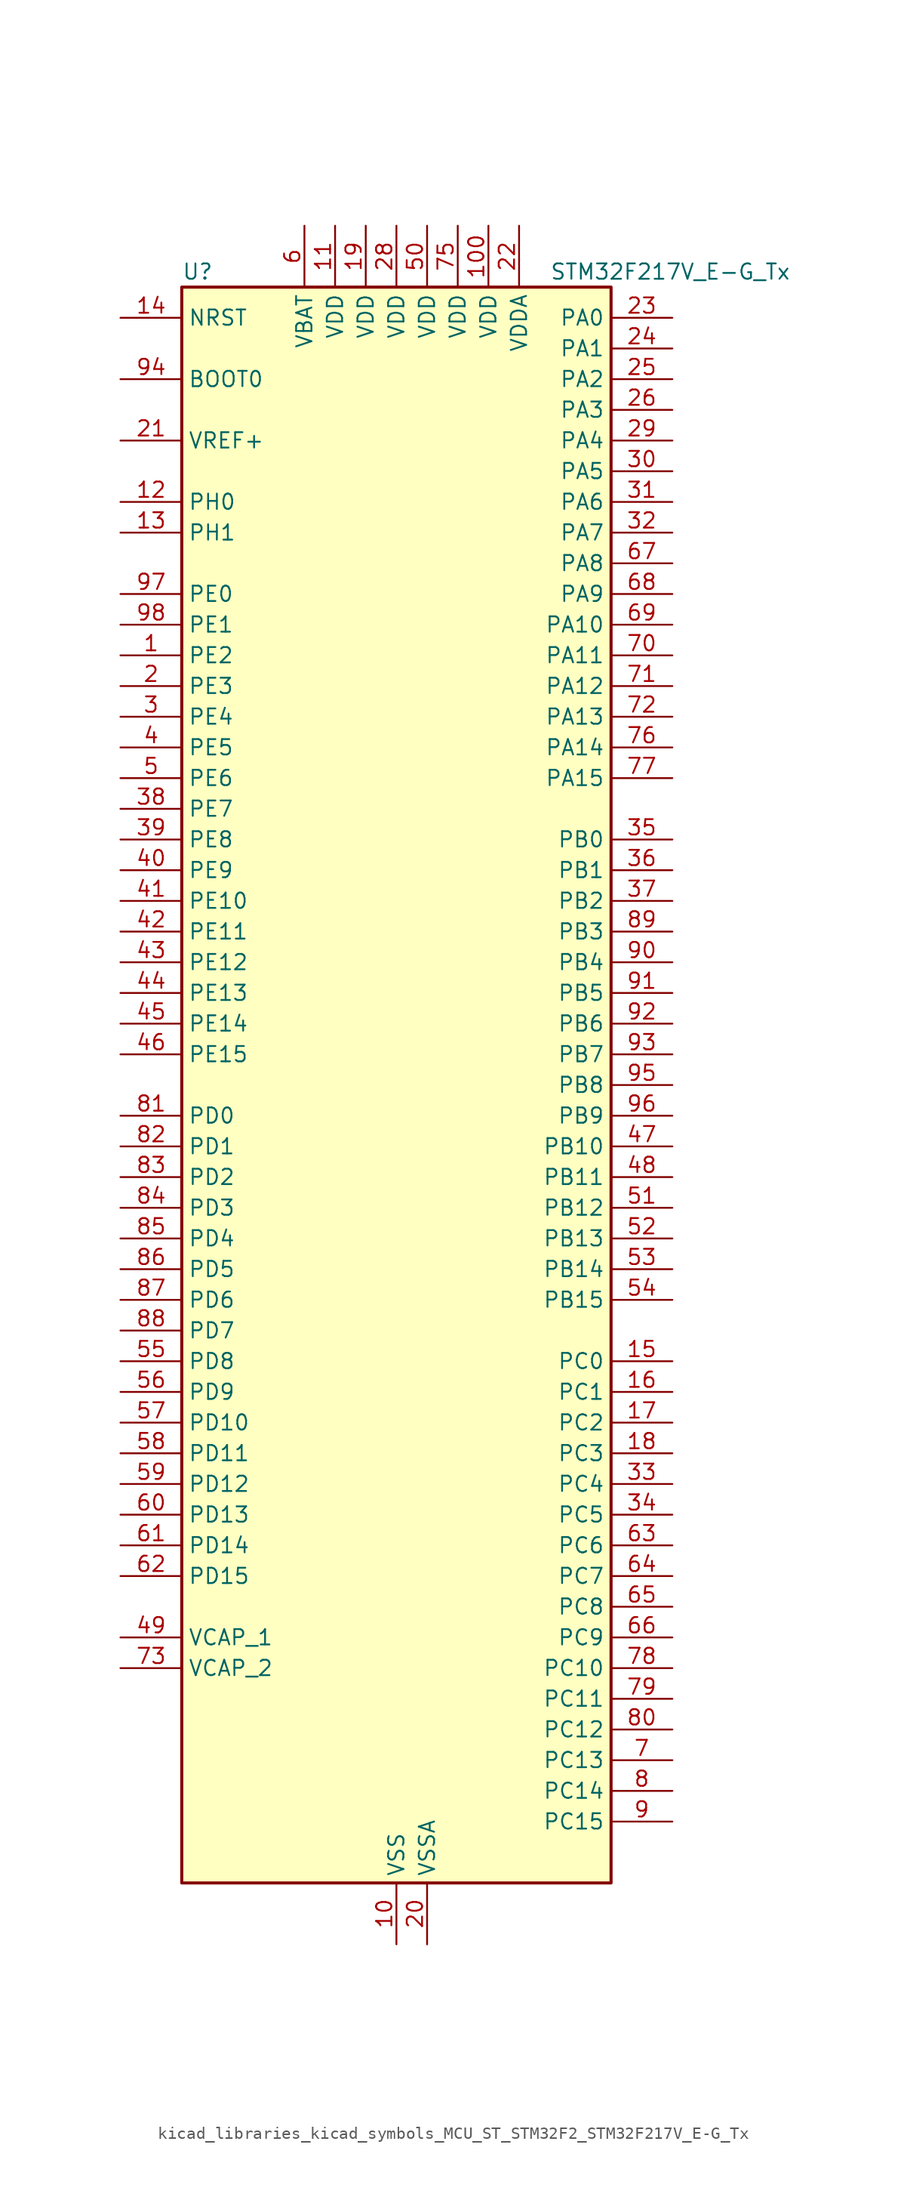
<source format=kicad_sym>
(kicad_symbol_lib
  (version 20220914)
  (generator kicad_symbol_editor)
  (symbol "kicad_libraries_kicad_symbols_MCU_ST_STM32F2_STM32F217V_E-G_Tx"
    (property "Reference" "U"
      (at -17.78 67.31 0)
      (effects (font (size 1.27 1.27)) (justify left)))
    (property "Value" "STM32F217V_E-G_Tx"
      (at 12.7 67.31 0)
      (effects (font (size 1.27 1.27)) (justify left)))
    (property "ki_locked" ""
      (at 0 0 0)
      (effects (font (size 1.27 1.27))))
    (symbol "kicad_libraries_kicad_symbols_MCU_ST_STM32F2_STM32F217V_E-G_Tx_0_1"
      (rectangle (start -17.78 -66.04) (end 17.78 66.04) (stroke (width 0.254) (type default)) (fill (type background))))
    (symbol "kicad_libraries_kicad_symbols_MCU_ST_STM32F2_STM32F217V_E-G_Tx_1_1"
      (pin bidirectional line (at -22.86 35.56 0) (length 5.08) (name "PE2" (effects (font (size 1.27 1.27)))) (number "1" (effects (font (size 1.27 1.27)))) (alternate "ETH_TXD3" bidirectional line) (alternate "FSMC_A23" bidirectional line) (alternate "SYS_TRACECLK" bidirectional line))
      (pin power_in line (at 0 -71.12 90) (length 5.08) (name "VSS" (effects (font (size 1.27 1.27)))) (number "10" (effects (font (size 1.27 1.27)))))
      (pin power_in line (at 7.62 71.12 270) (length 5.08) (name "VDD" (effects (font (size 1.27 1.27)))) (number "100" (effects (font (size 1.27 1.27)))))
      (pin power_in line (at -5.08 71.12 270) (length 5.08) (name "VDD" (effects (font (size 1.27 1.27)))) (number "11" (effects (font (size 1.27 1.27)))))
      (pin bidirectional line (at -22.86 48.26 0) (length 5.08) (name "PH0" (effects (font (size 1.27 1.27)))) (number "12" (effects (font (size 1.27 1.27)))) (alternate "RCC_OSC_IN" bidirectional line))
      (pin bidirectional line (at -22.86 45.72 0) (length 5.08) (name "PH1" (effects (font (size 1.27 1.27)))) (number "13" (effects (font (size 1.27 1.27)))) (alternate "RCC_OSC_OUT" bidirectional line))
      (pin input line (at -22.86 63.5 0) (length 5.08) (name "NRST" (effects (font (size 1.27 1.27)))) (number "14" (effects (font (size 1.27 1.27)))))
      (pin bidirectional line (at 22.86 -22.86 180) (length 5.08) (name "PC0" (effects (font (size 1.27 1.27)))) (number "15" (effects (font (size 1.27 1.27)))) (alternate "ADC1_IN10" bidirectional line) (alternate "ADC2_IN10" bidirectional line) (alternate "ADC3_IN10" bidirectional line) (alternate "USB_OTG_HS_ULPI_STP" bidirectional line))
      (pin bidirectional line (at 22.86 -25.4 180) (length 5.08) (name "PC1" (effects (font (size 1.27 1.27)))) (number "16" (effects (font (size 1.27 1.27)))) (alternate "ADC1_IN11" bidirectional line) (alternate "ADC2_IN11" bidirectional line) (alternate "ADC3_IN11" bidirectional line) (alternate "ETH_MDC" bidirectional line))
      (pin bidirectional line (at 22.86 -27.94 180) (length 5.08) (name "PC2" (effects (font (size 1.27 1.27)))) (number "17" (effects (font (size 1.27 1.27)))) (alternate "ADC1_IN12" bidirectional line) (alternate "ADC2_IN12" bidirectional line) (alternate "ADC3_IN12" bidirectional line) (alternate "ETH_TXD2" bidirectional line) (alternate "SPI2_MISO" bidirectional line) (alternate "USB_OTG_HS_ULPI_DIR" bidirectional line))
      (pin bidirectional line (at 22.86 -30.48 180) (length 5.08) (name "PC3" (effects (font (size 1.27 1.27)))) (number "18" (effects (font (size 1.27 1.27)))) (alternate "ADC1_IN13" bidirectional line) (alternate "ADC2_IN13" bidirectional line) (alternate "ADC3_IN13" bidirectional line) (alternate "ETH_TX_CLK" bidirectional line) (alternate "I2S2_SD" bidirectional line) (alternate "SPI2_MOSI" bidirectional line) (alternate "USB_OTG_HS_ULPI_NXT" bidirectional line))
      (pin power_in line (at -2.54 71.12 270) (length 5.08) (name "VDD" (effects (font (size 1.27 1.27)))) (number "19" (effects (font (size 1.27 1.27)))))
      (pin bidirectional line (at -22.86 33.02 0) (length 5.08) (name "PE3" (effects (font (size 1.27 1.27)))) (number "2" (effects (font (size 1.27 1.27)))) (alternate "FSMC_A19" bidirectional line) (alternate "SYS_TRACED0" bidirectional line))
      (pin power_in line (at 2.54 -71.12 90) (length 5.08) (name "VSSA" (effects (font (size 1.27 1.27)))) (number "20" (effects (font (size 1.27 1.27)))))
      (pin input line (at -22.86 53.34 0) (length 5.08) (name "VREF+" (effects (font (size 1.27 1.27)))) (number "21" (effects (font (size 1.27 1.27)))))
      (pin power_in line (at 10.16 71.12 270) (length 5.08) (name "VDDA" (effects (font (size 1.27 1.27)))) (number "22" (effects (font (size 1.27 1.27)))))
      (pin bidirectional line (at 22.86 63.5 180) (length 5.08) (name "PA0" (effects (font (size 1.27 1.27)))) (number "23" (effects (font (size 1.27 1.27)))) (alternate "ADC1_IN0" bidirectional line) (alternate "ADC2_IN0" bidirectional line) (alternate "ADC3_IN0" bidirectional line) (alternate "ETH_CRS" bidirectional line) (alternate "SYS_WKUP" bidirectional line) (alternate "TIM2_CH1" bidirectional line) (alternate "TIM2_ETR" bidirectional line) (alternate "TIM5_CH1" bidirectional line) (alternate "TIM8_ETR" bidirectional line) (alternate "UART4_TX" bidirectional line) (alternate "USART2_CTS" bidirectional line))
      (pin bidirectional line (at 22.86 60.96 180) (length 5.08) (name "PA1" (effects (font (size 1.27 1.27)))) (number "24" (effects (font (size 1.27 1.27)))) (alternate "ADC1_IN1" bidirectional line) (alternate "ADC2_IN1" bidirectional line) (alternate "ADC3_IN1" bidirectional line) (alternate "ETH_REF_CLK" bidirectional line) (alternate "ETH_RX_CLK" bidirectional line) (alternate "TIM2_CH2" bidirectional line) (alternate "TIM5_CH2" bidirectional line) (alternate "UART4_RX" bidirectional line) (alternate "USART2_RTS" bidirectional line))
      (pin bidirectional line (at 22.86 58.42 180) (length 5.08) (name "PA2" (effects (font (size 1.27 1.27)))) (number "25" (effects (font (size 1.27 1.27)))) (alternate "ADC1_IN2" bidirectional line) (alternate "ADC2_IN2" bidirectional line) (alternate "ADC3_IN2" bidirectional line) (alternate "ETH_MDIO" bidirectional line) (alternate "TIM2_CH3" bidirectional line) (alternate "TIM5_CH3" bidirectional line) (alternate "TIM9_CH1" bidirectional line) (alternate "USART2_TX" bidirectional line))
      (pin bidirectional line (at 22.86 55.88 180) (length 5.08) (name "PA3" (effects (font (size 1.27 1.27)))) (number "26" (effects (font (size 1.27 1.27)))) (alternate "ADC1_IN3" bidirectional line) (alternate "ADC2_IN3" bidirectional line) (alternate "ADC3_IN3" bidirectional line) (alternate "ETH_COL" bidirectional line) (alternate "TIM2_CH4" bidirectional line) (alternate "TIM5_CH4" bidirectional line) (alternate "TIM9_CH2" bidirectional line) (alternate "USART2_RX" bidirectional line) (alternate "USB_OTG_HS_ULPI_D0" bidirectional line))
      (pin passive line (at 0 -71.12 90) (length 5.08) hide (name "VSS" (effects (font (size 1.27 1.27)))) (number "27" (effects (font (size 1.27 1.27)))))
      (pin power_in line (at 0 71.12 270) (length 5.08) (name "VDD" (effects (font (size 1.27 1.27)))) (number "28" (effects (font (size 1.27 1.27)))))
      (pin bidirectional line (at 22.86 53.34 180) (length 5.08) (name "PA4" (effects (font (size 1.27 1.27)))) (number "29" (effects (font (size 1.27 1.27)))) (alternate "ADC1_IN4" bidirectional line) (alternate "ADC2_IN4" bidirectional line) (alternate "DAC_OUT1" bidirectional line) (alternate "DCMI_HSYNC" bidirectional line) (alternate "I2S3_WS" bidirectional line) (alternate "SPI1_NSS" bidirectional line) (alternate "SPI3_NSS" bidirectional line) (alternate "USART2_CK" bidirectional line) (alternate "USB_OTG_HS_SOF" bidirectional line))
      (pin bidirectional line (at -22.86 30.48 0) (length 5.08) (name "PE4" (effects (font (size 1.27 1.27)))) (number "3" (effects (font (size 1.27 1.27)))) (alternate "DCMI_D4" bidirectional line) (alternate "FSMC_A20" bidirectional line) (alternate "SYS_TRACED1" bidirectional line))
      (pin bidirectional line (at 22.86 50.8 180) (length 5.08) (name "PA5" (effects (font (size 1.27 1.27)))) (number "30" (effects (font (size 1.27 1.27)))) (alternate "ADC1_IN5" bidirectional line) (alternate "ADC2_IN5" bidirectional line) (alternate "DAC_OUT2" bidirectional line) (alternate "SPI1_SCK" bidirectional line) (alternate "TIM2_CH1" bidirectional line) (alternate "TIM2_ETR" bidirectional line) (alternate "TIM8_CH1N" bidirectional line) (alternate "USB_OTG_HS_ULPI_CK" bidirectional line))
      (pin bidirectional line (at 22.86 48.26 180) (length 5.08) (name "PA6" (effects (font (size 1.27 1.27)))) (number "31" (effects (font (size 1.27 1.27)))) (alternate "ADC1_IN6" bidirectional line) (alternate "ADC2_IN6" bidirectional line) (alternate "DCMI_PIXCLK" bidirectional line) (alternate "SPI1_MISO" bidirectional line) (alternate "TIM13_CH1" bidirectional line) (alternate "TIM1_BKIN" bidirectional line) (alternate "TIM3_CH1" bidirectional line) (alternate "TIM8_BKIN" bidirectional line))
      (pin bidirectional line (at 22.86 45.72 180) (length 5.08) (name "PA7" (effects (font (size 1.27 1.27)))) (number "32" (effects (font (size 1.27 1.27)))) (alternate "ADC1_IN7" bidirectional line) (alternate "ADC2_IN7" bidirectional line) (alternate "ETH_CRS_DV" bidirectional line) (alternate "ETH_RX_DV" bidirectional line) (alternate "SPI1_MOSI" bidirectional line) (alternate "TIM14_CH1" bidirectional line) (alternate "TIM1_CH1N" bidirectional line) (alternate "TIM3_CH2" bidirectional line) (alternate "TIM8_CH1N" bidirectional line))
      (pin bidirectional line (at 22.86 -33.02 180) (length 5.08) (name "PC4" (effects (font (size 1.27 1.27)))) (number "33" (effects (font (size 1.27 1.27)))) (alternate "ADC1_IN14" bidirectional line) (alternate "ADC2_IN14" bidirectional line) (alternate "ETH_RXD0" bidirectional line))
      (pin bidirectional line (at 22.86 -35.56 180) (length 5.08) (name "PC5" (effects (font (size 1.27 1.27)))) (number "34" (effects (font (size 1.27 1.27)))) (alternate "ADC1_IN15" bidirectional line) (alternate "ADC2_IN15" bidirectional line) (alternate "ETH_RXD1" bidirectional line))
      (pin bidirectional line (at 22.86 20.32 180) (length 5.08) (name "PB0" (effects (font (size 1.27 1.27)))) (number "35" (effects (font (size 1.27 1.27)))) (alternate "ADC1_IN8" bidirectional line) (alternate "ADC2_IN8" bidirectional line) (alternate "ETH_RXD2" bidirectional line) (alternate "TIM1_CH2N" bidirectional line) (alternate "TIM3_CH3" bidirectional line) (alternate "TIM8_CH2N" bidirectional line) (alternate "USB_OTG_HS_ULPI_D1" bidirectional line))
      (pin bidirectional line (at 22.86 17.78 180) (length 5.08) (name "PB1" (effects (font (size 1.27 1.27)))) (number "36" (effects (font (size 1.27 1.27)))) (alternate "ADC1_IN9" bidirectional line) (alternate "ADC2_IN9" bidirectional line) (alternate "ETH_RXD3" bidirectional line) (alternate "TIM1_CH3N" bidirectional line) (alternate "TIM3_CH4" bidirectional line) (alternate "TIM8_CH3N" bidirectional line) (alternate "USB_OTG_HS_ULPI_D2" bidirectional line))
      (pin bidirectional line (at 22.86 15.24 180) (length 5.08) (name "PB2" (effects (font (size 1.27 1.27)))) (number "37" (effects (font (size 1.27 1.27)))))
      (pin bidirectional line (at -22.86 22.86 0) (length 5.08) (name "PE7" (effects (font (size 1.27 1.27)))) (number "38" (effects (font (size 1.27 1.27)))) (alternate "FSMC_D4" bidirectional line) (alternate "FSMC_DA4" bidirectional line) (alternate "TIM1_ETR" bidirectional line))
      (pin bidirectional line (at -22.86 20.32 0) (length 5.08) (name "PE8" (effects (font (size 1.27 1.27)))) (number "39" (effects (font (size 1.27 1.27)))) (alternate "FSMC_D5" bidirectional line) (alternate "FSMC_DA5" bidirectional line) (alternate "TIM1_CH1N" bidirectional line))
      (pin bidirectional line (at -22.86 27.94 0) (length 5.08) (name "PE5" (effects (font (size 1.27 1.27)))) (number "4" (effects (font (size 1.27 1.27)))) (alternate "DCMI_D6" bidirectional line) (alternate "FSMC_A21" bidirectional line) (alternate "SYS_TRACED2" bidirectional line) (alternate "TIM9_CH1" bidirectional line))
      (pin bidirectional line (at -22.86 17.78 0) (length 5.08) (name "PE9" (effects (font (size 1.27 1.27)))) (number "40" (effects (font (size 1.27 1.27)))) (alternate "DAC_EXTI9" bidirectional line) (alternate "FSMC_D6" bidirectional line) (alternate "FSMC_DA6" bidirectional line) (alternate "TIM1_CH1" bidirectional line))
      (pin bidirectional line (at -22.86 15.24 0) (length 5.08) (name "PE10" (effects (font (size 1.27 1.27)))) (number "41" (effects (font (size 1.27 1.27)))) (alternate "FSMC_D7" bidirectional line) (alternate "FSMC_DA7" bidirectional line) (alternate "TIM1_CH2N" bidirectional line))
      (pin bidirectional line (at -22.86 12.7 0) (length 5.08) (name "PE11" (effects (font (size 1.27 1.27)))) (number "42" (effects (font (size 1.27 1.27)))) (alternate "ADC1_EXTI11" bidirectional line) (alternate "ADC2_EXTI11" bidirectional line) (alternate "ADC3_EXTI11" bidirectional line) (alternate "FSMC_D8" bidirectional line) (alternate "FSMC_DA8" bidirectional line) (alternate "TIM1_CH2" bidirectional line))
      (pin bidirectional line (at -22.86 10.16 0) (length 5.08) (name "PE12" (effects (font (size 1.27 1.27)))) (number "43" (effects (font (size 1.27 1.27)))) (alternate "FSMC_D9" bidirectional line) (alternate "FSMC_DA9" bidirectional line) (alternate "TIM1_CH3N" bidirectional line))
      (pin bidirectional line (at -22.86 7.62 0) (length 5.08) (name "PE13" (effects (font (size 1.27 1.27)))) (number "44" (effects (font (size 1.27 1.27)))) (alternate "FSMC_D10" bidirectional line) (alternate "FSMC_DA10" bidirectional line) (alternate "TIM1_CH3" bidirectional line))
      (pin bidirectional line (at -22.86 5.08 0) (length 5.08) (name "PE14" (effects (font (size 1.27 1.27)))) (number "45" (effects (font (size 1.27 1.27)))) (alternate "FSMC_D11" bidirectional line) (alternate "FSMC_DA11" bidirectional line) (alternate "TIM1_CH4" bidirectional line))
      (pin bidirectional line (at -22.86 2.54 0) (length 5.08) (name "PE15" (effects (font (size 1.27 1.27)))) (number "46" (effects (font (size 1.27 1.27)))) (alternate "ADC1_EXTI15" bidirectional line) (alternate "ADC2_EXTI15" bidirectional line) (alternate "ADC3_EXTI15" bidirectional line) (alternate "FSMC_D12" bidirectional line) (alternate "FSMC_DA12" bidirectional line) (alternate "TIM1_BKIN" bidirectional line))
      (pin bidirectional line (at 22.86 -5.08 180) (length 5.08) (name "PB10" (effects (font (size 1.27 1.27)))) (number "47" (effects (font (size 1.27 1.27)))) (alternate "ETH_RX_ER" bidirectional line) (alternate "I2C2_SCL" bidirectional line) (alternate "I2S2_SCK" bidirectional line) (alternate "SPI2_SCK" bidirectional line) (alternate "TIM2_CH3" bidirectional line) (alternate "USART3_TX" bidirectional line) (alternate "USB_OTG_HS_ULPI_D3" bidirectional line))
      (pin bidirectional line (at 22.86 -7.62 180) (length 5.08) (name "PB11" (effects (font (size 1.27 1.27)))) (number "48" (effects (font (size 1.27 1.27)))) (alternate "ADC1_EXTI11" bidirectional line) (alternate "ADC2_EXTI11" bidirectional line) (alternate "ADC3_EXTI11" bidirectional line) (alternate "ETH_TX_EN" bidirectional line) (alternate "I2C2_SDA" bidirectional line) (alternate "TIM2_CH4" bidirectional line) (alternate "USART3_RX" bidirectional line) (alternate "USB_OTG_HS_ULPI_D4" bidirectional line))
      (pin power_out line (at -22.86 -45.72 0) (length 5.08) (name "VCAP_1" (effects (font (size 1.27 1.27)))) (number "49" (effects (font (size 1.27 1.27)))))
      (pin bidirectional line (at -22.86 25.4 0) (length 5.08) (name "PE6" (effects (font (size 1.27 1.27)))) (number "5" (effects (font (size 1.27 1.27)))) (alternate "DCMI_D7" bidirectional line) (alternate "FSMC_A22" bidirectional line) (alternate "SYS_TRACED3" bidirectional line) (alternate "TIM9_CH2" bidirectional line))
      (pin power_in line (at 2.54 71.12 270) (length 5.08) (name "VDD" (effects (font (size 1.27 1.27)))) (number "50" (effects (font (size 1.27 1.27)))))
      (pin bidirectional line (at 22.86 -10.16 180) (length 5.08) (name "PB12" (effects (font (size 1.27 1.27)))) (number "51" (effects (font (size 1.27 1.27)))) (alternate "CAN2_RX" bidirectional line) (alternate "ETH_TXD0" bidirectional line) (alternate "I2C2_SMBA" bidirectional line) (alternate "I2S2_WS" bidirectional line) (alternate "SPI2_NSS" bidirectional line) (alternate "TIM1_BKIN" bidirectional line) (alternate "USART3_CK" bidirectional line) (alternate "USB_OTG_HS_ID" bidirectional line) (alternate "USB_OTG_HS_ULPI_D5" bidirectional line))
      (pin bidirectional line (at 22.86 -12.7 180) (length 5.08) (name "PB13" (effects (font (size 1.27 1.27)))) (number "52" (effects (font (size 1.27 1.27)))) (alternate "CAN2_TX" bidirectional line) (alternate "ETH_TXD1" bidirectional line) (alternate "I2S2_SCK" bidirectional line) (alternate "SPI2_SCK" bidirectional line) (alternate "TIM1_CH1N" bidirectional line) (alternate "USART3_CTS" bidirectional line) (alternate "USB_OTG_HS_ULPI_D6" bidirectional line) (alternate "USB_OTG_HS_VBUS" bidirectional line))
      (pin bidirectional line (at 22.86 -15.24 180) (length 5.08) (name "PB14" (effects (font (size 1.27 1.27)))) (number "53" (effects (font (size 1.27 1.27)))) (alternate "SPI2_MISO" bidirectional line) (alternate "TIM12_CH1" bidirectional line) (alternate "TIM1_CH2N" bidirectional line) (alternate "TIM8_CH2N" bidirectional line) (alternate "USART3_RTS" bidirectional line) (alternate "USB_OTG_HS_DM" bidirectional line))
      (pin bidirectional line (at 22.86 -17.78 180) (length 5.08) (name "PB15" (effects (font (size 1.27 1.27)))) (number "54" (effects (font (size 1.27 1.27)))) (alternate "ADC1_EXTI15" bidirectional line) (alternate "ADC2_EXTI15" bidirectional line) (alternate "ADC3_EXTI15" bidirectional line) (alternate "I2S2_SD" bidirectional line) (alternate "RTC_REFIN" bidirectional line) (alternate "SPI2_MOSI" bidirectional line) (alternate "TIM12_CH2" bidirectional line) (alternate "TIM1_CH3N" bidirectional line) (alternate "TIM8_CH3N" bidirectional line) (alternate "USB_OTG_HS_DP" bidirectional line))
      (pin bidirectional line (at -22.86 -22.86 0) (length 5.08) (name "PD8" (effects (font (size 1.27 1.27)))) (number "55" (effects (font (size 1.27 1.27)))) (alternate "FSMC_D13" bidirectional line) (alternate "FSMC_DA13" bidirectional line) (alternate "USART3_TX" bidirectional line))
      (pin bidirectional line (at -22.86 -25.4 0) (length 5.08) (name "PD9" (effects (font (size 1.27 1.27)))) (number "56" (effects (font (size 1.27 1.27)))) (alternate "DAC_EXTI9" bidirectional line) (alternate "FSMC_D14" bidirectional line) (alternate "FSMC_DA14" bidirectional line) (alternate "USART3_RX" bidirectional line))
      (pin bidirectional line (at -22.86 -27.94 0) (length 5.08) (name "PD10" (effects (font (size 1.27 1.27)))) (number "57" (effects (font (size 1.27 1.27)))) (alternate "FSMC_D15" bidirectional line) (alternate "FSMC_DA15" bidirectional line) (alternate "USART3_CK" bidirectional line))
      (pin bidirectional line (at -22.86 -30.48 0) (length 5.08) (name "PD11" (effects (font (size 1.27 1.27)))) (number "58" (effects (font (size 1.27 1.27)))) (alternate "ADC1_EXTI11" bidirectional line) (alternate "ADC2_EXTI11" bidirectional line) (alternate "ADC3_EXTI11" bidirectional line) (alternate "FSMC_A16" bidirectional line) (alternate "FSMC_CLE" bidirectional line) (alternate "USART3_CTS" bidirectional line))
      (pin bidirectional line (at -22.86 -33.02 0) (length 5.08) (name "PD12" (effects (font (size 1.27 1.27)))) (number "59" (effects (font (size 1.27 1.27)))) (alternate "FSMC_A17" bidirectional line) (alternate "FSMC_ALE" bidirectional line) (alternate "TIM4_CH1" bidirectional line) (alternate "USART3_RTS" bidirectional line))
      (pin power_in line (at -7.62 71.12 270) (length 5.08) (name "VBAT" (effects (font (size 1.27 1.27)))) (number "6" (effects (font (size 1.27 1.27)))))
      (pin bidirectional line (at -22.86 -35.56 0) (length 5.08) (name "PD13" (effects (font (size 1.27 1.27)))) (number "60" (effects (font (size 1.27 1.27)))) (alternate "FSMC_A18" bidirectional line) (alternate "TIM4_CH2" bidirectional line))
      (pin bidirectional line (at -22.86 -38.1 0) (length 5.08) (name "PD14" (effects (font (size 1.27 1.27)))) (number "61" (effects (font (size 1.27 1.27)))) (alternate "FSMC_D0" bidirectional line) (alternate "FSMC_DA0" bidirectional line) (alternate "TIM4_CH3" bidirectional line))
      (pin bidirectional line (at -22.86 -40.64 0) (length 5.08) (name "PD15" (effects (font (size 1.27 1.27)))) (number "62" (effects (font (size 1.27 1.27)))) (alternate "ADC1_EXTI15" bidirectional line) (alternate "ADC2_EXTI15" bidirectional line) (alternate "ADC3_EXTI15" bidirectional line) (alternate "FSMC_D1" bidirectional line) (alternate "FSMC_DA1" bidirectional line) (alternate "TIM4_CH4" bidirectional line))
      (pin bidirectional line (at 22.86 -38.1 180) (length 5.08) (name "PC6" (effects (font (size 1.27 1.27)))) (number "63" (effects (font (size 1.27 1.27)))) (alternate "DCMI_D0" bidirectional line) (alternate "I2S2_MCK" bidirectional line) (alternate "SDIO_D6" bidirectional line) (alternate "TIM3_CH1" bidirectional line) (alternate "TIM8_CH1" bidirectional line) (alternate "USART6_TX" bidirectional line))
      (pin bidirectional line (at 22.86 -40.64 180) (length 5.08) (name "PC7" (effects (font (size 1.27 1.27)))) (number "64" (effects (font (size 1.27 1.27)))) (alternate "DCMI_D1" bidirectional line) (alternate "I2S3_MCK" bidirectional line) (alternate "SDIO_D7" bidirectional line) (alternate "TIM3_CH2" bidirectional line) (alternate "TIM8_CH2" bidirectional line) (alternate "USART6_RX" bidirectional line))
      (pin bidirectional line (at 22.86 -43.18 180) (length 5.08) (name "PC8" (effects (font (size 1.27 1.27)))) (number "65" (effects (font (size 1.27 1.27)))) (alternate "DCMI_D2" bidirectional line) (alternate "SDIO_D0" bidirectional line) (alternate "TIM3_CH3" bidirectional line) (alternate "TIM8_CH3" bidirectional line) (alternate "USART6_CK" bidirectional line))
      (pin bidirectional line (at 22.86 -45.72 180) (length 5.08) (name "PC9" (effects (font (size 1.27 1.27)))) (number "66" (effects (font (size 1.27 1.27)))) (alternate "DAC_EXTI9" bidirectional line) (alternate "DCMI_D3" bidirectional line) (alternate "I2C3_SDA" bidirectional line) (alternate "I2S_CKIN" bidirectional line) (alternate "RCC_MCO_2" bidirectional line) (alternate "SDIO_D1" bidirectional line) (alternate "TIM3_CH4" bidirectional line) (alternate "TIM8_CH4" bidirectional line))
      (pin bidirectional line (at 22.86 43.18 180) (length 5.08) (name "PA8" (effects (font (size 1.27 1.27)))) (number "67" (effects (font (size 1.27 1.27)))) (alternate "I2C3_SCL" bidirectional line) (alternate "RCC_MCO_1" bidirectional line) (alternate "TIM1_CH1" bidirectional line) (alternate "USART1_CK" bidirectional line) (alternate "USB_OTG_FS_SOF" bidirectional line))
      (pin bidirectional line (at 22.86 40.64 180) (length 5.08) (name "PA9" (effects (font (size 1.27 1.27)))) (number "68" (effects (font (size 1.27 1.27)))) (alternate "DAC_EXTI9" bidirectional line) (alternate "DCMI_D0" bidirectional line) (alternate "I2C3_SMBA" bidirectional line) (alternate "TIM1_CH2" bidirectional line) (alternate "USART1_TX" bidirectional line) (alternate "USB_OTG_FS_VBUS" bidirectional line))
      (pin bidirectional line (at 22.86 38.1 180) (length 5.08) (name "PA10" (effects (font (size 1.27 1.27)))) (number "69" (effects (font (size 1.27 1.27)))) (alternate "DCMI_D1" bidirectional line) (alternate "TIM1_CH3" bidirectional line) (alternate "USART1_RX" bidirectional line) (alternate "USB_OTG_FS_ID" bidirectional line))
      (pin bidirectional line (at 22.86 -55.88 180) (length 5.08) (name "PC13" (effects (font (size 1.27 1.27)))) (number "7" (effects (font (size 1.27 1.27)))) (alternate "RTC_AF1" bidirectional line))
      (pin bidirectional line (at 22.86 35.56 180) (length 5.08) (name "PA11" (effects (font (size 1.27 1.27)))) (number "70" (effects (font (size 1.27 1.27)))) (alternate "ADC1_EXTI11" bidirectional line) (alternate "ADC2_EXTI11" bidirectional line) (alternate "ADC3_EXTI11" bidirectional line) (alternate "CAN1_RX" bidirectional line) (alternate "TIM1_CH4" bidirectional line) (alternate "USART1_CTS" bidirectional line) (alternate "USB_OTG_FS_DM" bidirectional line))
      (pin bidirectional line (at 22.86 33.02 180) (length 5.08) (name "PA12" (effects (font (size 1.27 1.27)))) (number "71" (effects (font (size 1.27 1.27)))) (alternate "CAN1_TX" bidirectional line) (alternate "TIM1_ETR" bidirectional line) (alternate "USART1_RTS" bidirectional line) (alternate "USB_OTG_FS_DP" bidirectional line))
      (pin bidirectional line (at 22.86 30.48 180) (length 5.08) (name "PA13" (effects (font (size 1.27 1.27)))) (number "72" (effects (font (size 1.27 1.27)))) (alternate "SYS_JTMS-SWDIO" bidirectional line))
      (pin power_out line (at -22.86 -48.26 0) (length 5.08) (name "VCAP_2" (effects (font (size 1.27 1.27)))) (number "73" (effects (font (size 1.27 1.27)))))
      (pin passive line (at 0 -71.12 90) (length 5.08) hide (name "VSS" (effects (font (size 1.27 1.27)))) (number "74" (effects (font (size 1.27 1.27)))))
      (pin power_in line (at 5.08 71.12 270) (length 5.08) (name "VDD" (effects (font (size 1.27 1.27)))) (number "75" (effects (font (size 1.27 1.27)))))
      (pin bidirectional line (at 22.86 27.94 180) (length 5.08) (name "PA14" (effects (font (size 1.27 1.27)))) (number "76" (effects (font (size 1.27 1.27)))) (alternate "SYS_JTCK-SWCLK" bidirectional line))
      (pin bidirectional line (at 22.86 25.4 180) (length 5.08) (name "PA15" (effects (font (size 1.27 1.27)))) (number "77" (effects (font (size 1.27 1.27)))) (alternate "ADC1_EXTI15" bidirectional line) (alternate "ADC2_EXTI15" bidirectional line) (alternate "ADC3_EXTI15" bidirectional line) (alternate "I2S3_WS" bidirectional line) (alternate "SPI1_NSS" bidirectional line) (alternate "SPI3_NSS" bidirectional line) (alternate "SYS_JTDI" bidirectional line) (alternate "TIM2_CH1" bidirectional line) (alternate "TIM2_ETR" bidirectional line))
      (pin bidirectional line (at 22.86 -48.26 180) (length 5.08) (name "PC10" (effects (font (size 1.27 1.27)))) (number "78" (effects (font (size 1.27 1.27)))) (alternate "DCMI_D8" bidirectional line) (alternate "I2S3_SCK" bidirectional line) (alternate "SDIO_D2" bidirectional line) (alternate "SPI3_SCK" bidirectional line) (alternate "UART4_TX" bidirectional line) (alternate "USART3_TX" bidirectional line))
      (pin bidirectional line (at 22.86 -50.8 180) (length 5.08) (name "PC11" (effects (font (size 1.27 1.27)))) (number "79" (effects (font (size 1.27 1.27)))) (alternate "ADC1_EXTI11" bidirectional line) (alternate "ADC2_EXTI11" bidirectional line) (alternate "ADC3_EXTI11" bidirectional line) (alternate "DCMI_D4" bidirectional line) (alternate "SDIO_D3" bidirectional line) (alternate "SPI3_MISO" bidirectional line) (alternate "UART4_RX" bidirectional line) (alternate "USART3_RX" bidirectional line))
      (pin bidirectional line (at 22.86 -58.42 180) (length 5.08) (name "PC14" (effects (font (size 1.27 1.27)))) (number "8" (effects (font (size 1.27 1.27)))) (alternate "RCC_OSC32_IN" bidirectional line))
      (pin bidirectional line (at 22.86 -53.34 180) (length 5.08) (name "PC12" (effects (font (size 1.27 1.27)))) (number "80" (effects (font (size 1.27 1.27)))) (alternate "DCMI_D9" bidirectional line) (alternate "I2S3_SD" bidirectional line) (alternate "SDIO_CK" bidirectional line) (alternate "SPI3_MOSI" bidirectional line) (alternate "UART5_TX" bidirectional line) (alternate "USART3_CK" bidirectional line))
      (pin bidirectional line (at -22.86 -2.54 0) (length 5.08) (name "PD0" (effects (font (size 1.27 1.27)))) (number "81" (effects (font (size 1.27 1.27)))) (alternate "CAN1_RX" bidirectional line) (alternate "FSMC_D2" bidirectional line) (alternate "FSMC_DA2" bidirectional line))
      (pin bidirectional line (at -22.86 -5.08 0) (length 5.08) (name "PD1" (effects (font (size 1.27 1.27)))) (number "82" (effects (font (size 1.27 1.27)))) (alternate "CAN1_TX" bidirectional line) (alternate "FSMC_D3" bidirectional line) (alternate "FSMC_DA3" bidirectional line))
      (pin bidirectional line (at -22.86 -7.62 0) (length 5.08) (name "PD2" (effects (font (size 1.27 1.27)))) (number "83" (effects (font (size 1.27 1.27)))) (alternate "DCMI_D11" bidirectional line) (alternate "SDIO_CMD" bidirectional line) (alternate "TIM3_ETR" bidirectional line) (alternate "UART5_RX" bidirectional line))
      (pin bidirectional line (at -22.86 -10.16 0) (length 5.08) (name "PD3" (effects (font (size 1.27 1.27)))) (number "84" (effects (font (size 1.27 1.27)))) (alternate "FSMC_CLK" bidirectional line) (alternate "USART2_CTS" bidirectional line))
      (pin bidirectional line (at -22.86 -12.7 0) (length 5.08) (name "PD4" (effects (font (size 1.27 1.27)))) (number "85" (effects (font (size 1.27 1.27)))) (alternate "FSMC_NOE" bidirectional line) (alternate "USART2_RTS" bidirectional line))
      (pin bidirectional line (at -22.86 -15.24 0) (length 5.08) (name "PD5" (effects (font (size 1.27 1.27)))) (number "86" (effects (font (size 1.27 1.27)))) (alternate "FSMC_NWE" bidirectional line) (alternate "USART2_TX" bidirectional line))
      (pin bidirectional line (at -22.86 -17.78 0) (length 5.08) (name "PD6" (effects (font (size 1.27 1.27)))) (number "87" (effects (font (size 1.27 1.27)))) (alternate "FSMC_NWAIT" bidirectional line) (alternate "USART2_RX" bidirectional line))
      (pin bidirectional line (at -22.86 -20.32 0) (length 5.08) (name "PD7" (effects (font (size 1.27 1.27)))) (number "88" (effects (font (size 1.27 1.27)))) (alternate "FSMC_NCE2" bidirectional line) (alternate "FSMC_NE1" bidirectional line) (alternate "USART2_CK" bidirectional line))
      (pin bidirectional line (at 22.86 12.7 180) (length 5.08) (name "PB3" (effects (font (size 1.27 1.27)))) (number "89" (effects (font (size 1.27 1.27)))) (alternate "I2S3_SCK" bidirectional line) (alternate "SPI1_SCK" bidirectional line) (alternate "SPI3_SCK" bidirectional line) (alternate "SYS_JTDO-SWO" bidirectional line) (alternate "TIM2_CH2" bidirectional line))
      (pin bidirectional line (at 22.86 -60.96 180) (length 5.08) (name "PC15" (effects (font (size 1.27 1.27)))) (number "9" (effects (font (size 1.27 1.27)))) (alternate "ADC1_EXTI15" bidirectional line) (alternate "ADC2_EXTI15" bidirectional line) (alternate "ADC3_EXTI15" bidirectional line) (alternate "RCC_OSC32_OUT" bidirectional line))
      (pin bidirectional line (at 22.86 10.16 180) (length 5.08) (name "PB4" (effects (font (size 1.27 1.27)))) (number "90" (effects (font (size 1.27 1.27)))) (alternate "SPI1_MISO" bidirectional line) (alternate "SPI3_MISO" bidirectional line) (alternate "SYS_JTRST" bidirectional line) (alternate "TIM3_CH1" bidirectional line))
      (pin bidirectional line (at 22.86 7.62 180) (length 5.08) (name "PB5" (effects (font (size 1.27 1.27)))) (number "91" (effects (font (size 1.27 1.27)))) (alternate "CAN2_RX" bidirectional line) (alternate "DCMI_D10" bidirectional line) (alternate "ETH_PPS_OUT" bidirectional line) (alternate "I2C1_SMBA" bidirectional line) (alternate "I2S3_SD" bidirectional line) (alternate "SPI1_MOSI" bidirectional line) (alternate "SPI3_MOSI" bidirectional line) (alternate "TIM3_CH2" bidirectional line) (alternate "USB_OTG_HS_ULPI_D7" bidirectional line))
      (pin bidirectional line (at 22.86 5.08 180) (length 5.08) (name "PB6" (effects (font (size 1.27 1.27)))) (number "92" (effects (font (size 1.27 1.27)))) (alternate "CAN2_TX" bidirectional line) (alternate "DCMI_D5" bidirectional line) (alternate "I2C1_SCL" bidirectional line) (alternate "TIM4_CH1" bidirectional line) (alternate "USART1_TX" bidirectional line))
      (pin bidirectional line (at 22.86 2.54 180) (length 5.08) (name "PB7" (effects (font (size 1.27 1.27)))) (number "93" (effects (font (size 1.27 1.27)))) (alternate "DCMI_VSYNC" bidirectional line) (alternate "FSMC_NL" bidirectional line) (alternate "I2C1_SDA" bidirectional line) (alternate "TIM4_CH2" bidirectional line) (alternate "USART1_RX" bidirectional line))
      (pin input line (at -22.86 58.42 0) (length 5.08) (name "BOOT0" (effects (font (size 1.27 1.27)))) (number "94" (effects (font (size 1.27 1.27)))))
      (pin bidirectional line (at 22.86 0 180) (length 5.08) (name "PB8" (effects (font (size 1.27 1.27)))) (number "95" (effects (font (size 1.27 1.27)))) (alternate "CAN1_RX" bidirectional line) (alternate "DCMI_D6" bidirectional line) (alternate "ETH_TXD3" bidirectional line) (alternate "I2C1_SCL" bidirectional line) (alternate "SDIO_D4" bidirectional line) (alternate "TIM10_CH1" bidirectional line) (alternate "TIM4_CH3" bidirectional line))
      (pin bidirectional line (at 22.86 -2.54 180) (length 5.08) (name "PB9" (effects (font (size 1.27 1.27)))) (number "96" (effects (font (size 1.27 1.27)))) (alternate "CAN1_TX" bidirectional line) (alternate "DAC_EXTI9" bidirectional line) (alternate "DCMI_D7" bidirectional line) (alternate "I2C1_SDA" bidirectional line) (alternate "I2S2_WS" bidirectional line) (alternate "SDIO_D5" bidirectional line) (alternate "SPI2_NSS" bidirectional line) (alternate "TIM11_CH1" bidirectional line) (alternate "TIM4_CH4" bidirectional line))
      (pin bidirectional line (at -22.86 40.64 0) (length 5.08) (name "PE0" (effects (font (size 1.27 1.27)))) (number "97" (effects (font (size 1.27 1.27)))) (alternate "DCMI_D2" bidirectional line) (alternate "FSMC_NBL0" bidirectional line) (alternate "TIM4_ETR" bidirectional line))
      (pin bidirectional line (at -22.86 38.1 0) (length 5.08) (name "PE1" (effects (font (size 1.27 1.27)))) (number "98" (effects (font (size 1.27 1.27)))) (alternate "DCMI_D3" bidirectional line) (alternate "FSMC_NBL1" bidirectional line))
      (pin no_connect line (at -17.78 -66.04 0) (length 5.08) hide (name "RFU" (effects (font (size 1.27 1.27)))) (number "99" (effects (font (size 1.27 1.27))))))))
</source>
